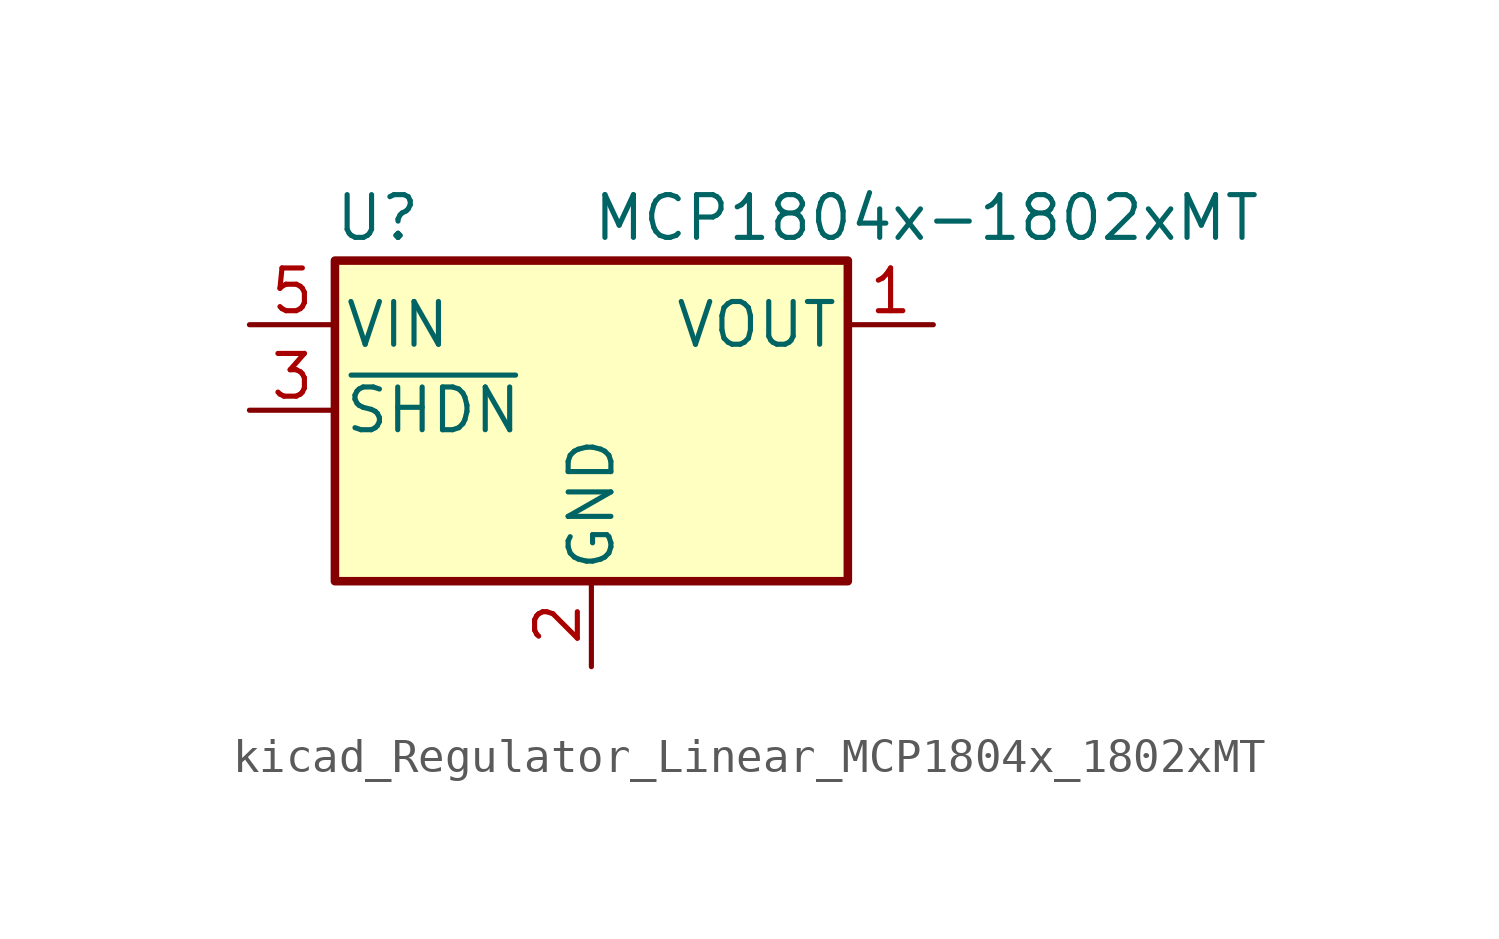
<source format=kicad_sym>
(kicad_symbol_lib
  (version 20220914)
  (generator kicad_symbol_editor)
  (symbol "kicad_Regulator_Linear_MCP1804x_1802xMT"
    (pin_names
      (offset 0.254))
    (property "Reference" "U"
      (at -6.35 5.715 0)
      (effects (font (size 1.27 1.27))))
    (property "Value" "MCP1804x-1802xMT"
      (at 0 5.715 0)
      (effects (font (size 1.27 1.27)) (justify left)))
    (symbol "kicad_Regulator_Linear_MCP1804x_1802xMT_0_1"
      (rectangle (start -7.62 -5.08) (end 7.62 4.445) (stroke (width 0.254) (type default)) (fill (type background))))
    (symbol "kicad_Regulator_Linear_MCP1804x_1802xMT_1_1"
      (pin power_out line (at 10.16 2.54 180) (length 2.54) (name "VOUT" (effects (font (size 1.27 1.27)))) (number "1" (effects (font (size 1.27 1.27)))))
      (pin power_in line (at 0 -7.62 90) (length 2.54) (name "GND" (effects (font (size 1.27 1.27)))) (number "2" (effects (font (size 1.27 1.27)))))
      (pin input line (at -10.16 0 0) (length 2.54) (name "~{SHDN}" (effects (font (size 1.27 1.27)))) (number "3" (effects (font (size 1.27 1.27)))))
      (pin no_connect line (at 7.62 0 180) (length 2.54) hide (name "NC" (effects (font (size 1.27 1.27)))) (number "4" (effects (font (size 1.27 1.27)))))
      (pin power_in line (at -10.16 2.54 0) (length 2.54) (name "VIN" (effects (font (size 1.27 1.27)))) (number "5" (effects (font (size 1.27 1.27))))))))
</source>
